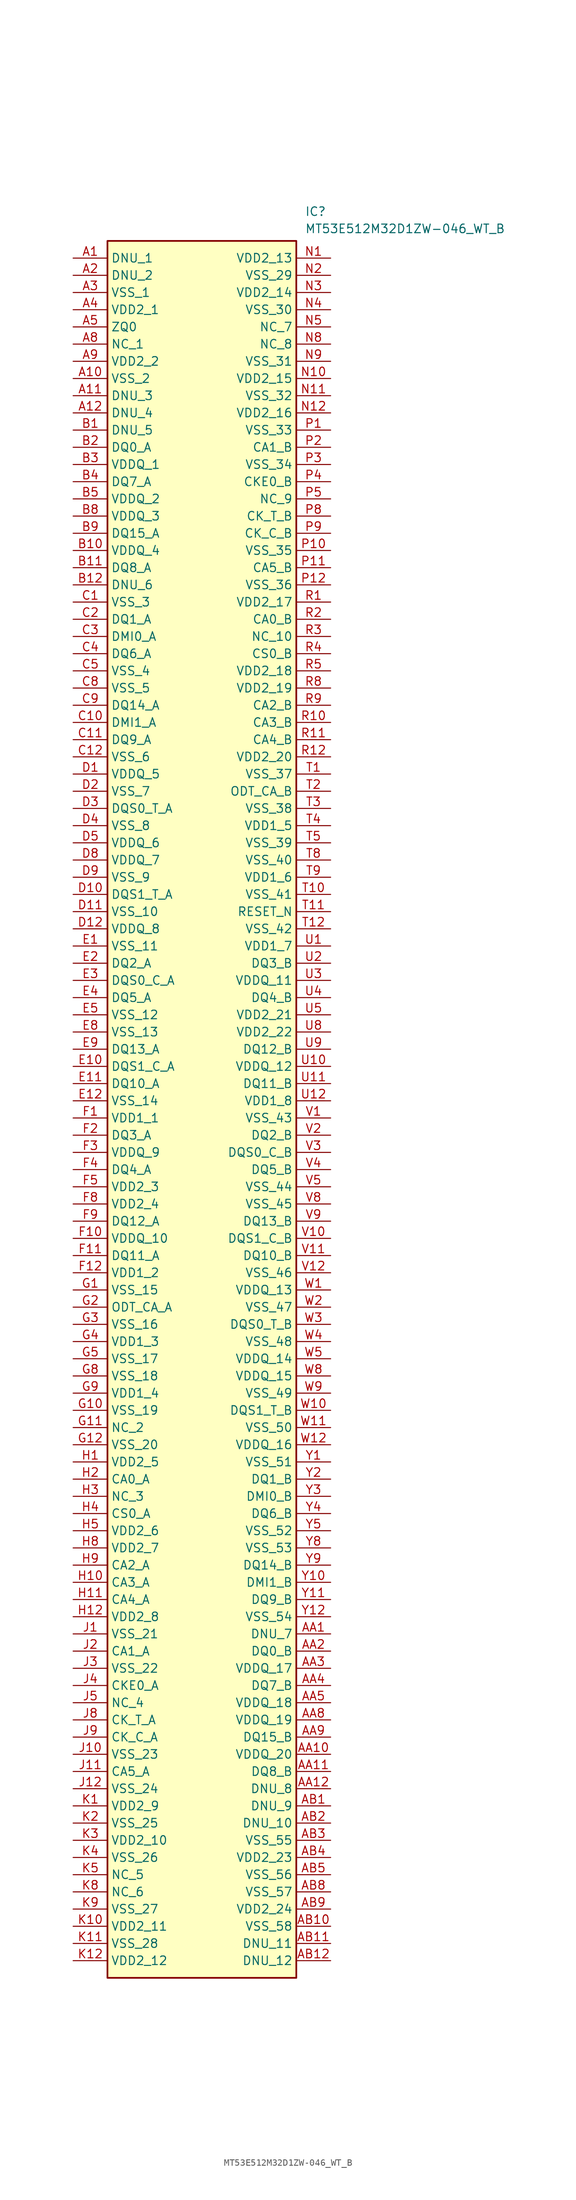
<source format=kicad_sym>
(kicad_symbol_lib
  (version 20241209)
  (generator "kicad_symbol_editor")
  (generator_version "9.0")
  (symbol "MT53E512M32D1ZW-046_WT_B"
    (property "Reference" "IC"
      (at 34.29 7.62 0)
      (effects (font (size 1.27 1.27)) (justify left top)))
    (property "Value" "MT53E512M32D1ZW-046_WT_B"
      (at 34.29 5.08 0)
      (effects (font (size 1.27 1.27)) (justify left top)))
    (symbol "MT53E512M32D1ZW-046_WT_B_1_1"
      (rectangle (start 5.08 2.54) (end 33.02 -254) (stroke (width 0.254) (type default)) (fill (type background)))
      (pin passive line (at 0 0 0) (length 5.08) (name "DNU_1" (effects (font (size 1.27 1.27)))) (number "A1" (effects (font (size 1.27 1.27)))))
      (pin passive line (at 0 -2.54 0) (length 5.08) (name "DNU_2" (effects (font (size 1.27 1.27)))) (number "A2" (effects (font (size 1.27 1.27)))))
      (pin passive line (at 0 -5.08 0) (length 5.08) (name "VSS_1" (effects (font (size 1.27 1.27)))) (number "A3" (effects (font (size 1.27 1.27)))))
      (pin passive line (at 0 -7.62 0) (length 5.08) (name "VDD2_1" (effects (font (size 1.27 1.27)))) (number "A4" (effects (font (size 1.27 1.27)))))
      (pin passive line (at 0 -10.16 0) (length 5.08) (name "ZQ0" (effects (font (size 1.27 1.27)))) (number "A5" (effects (font (size 1.27 1.27)))))
      (pin passive line (at 0 -12.7 0) (length 5.08) (name "NC_1" (effects (font (size 1.27 1.27)))) (number "A8" (effects (font (size 1.27 1.27)))))
      (pin passive line (at 0 -15.24 0) (length 5.08) (name "VDD2_2" (effects (font (size 1.27 1.27)))) (number "A9" (effects (font (size 1.27 1.27)))))
      (pin passive line (at 0 -17.78 0) (length 5.08) (name "VSS_2" (effects (font (size 1.27 1.27)))) (number "A10" (effects (font (size 1.27 1.27)))))
      (pin passive line (at 0 -20.32 0) (length 5.08) (name "DNU_3" (effects (font (size 1.27 1.27)))) (number "A11" (effects (font (size 1.27 1.27)))))
      (pin passive line (at 0 -22.86 0) (length 5.08) (name "DNU_4" (effects (font (size 1.27 1.27)))) (number "A12" (effects (font (size 1.27 1.27)))))
      (pin passive line (at 0 -25.4 0) (length 5.08) (name "DNU_5" (effects (font (size 1.27 1.27)))) (number "B1" (effects (font (size 1.27 1.27)))))
      (pin passive line (at 0 -27.94 0) (length 5.08) (name "DQ0_A" (effects (font (size 1.27 1.27)))) (number "B2" (effects (font (size 1.27 1.27)))))
      (pin passive line (at 0 -30.48 0) (length 5.08) (name "VDDQ_1" (effects (font (size 1.27 1.27)))) (number "B3" (effects (font (size 1.27 1.27)))))
      (pin passive line (at 0 -33.02 0) (length 5.08) (name "DQ7_A" (effects (font (size 1.27 1.27)))) (number "B4" (effects (font (size 1.27 1.27)))))
      (pin passive line (at 0 -35.56 0) (length 5.08) (name "VDDQ_2" (effects (font (size 1.27 1.27)))) (number "B5" (effects (font (size 1.27 1.27)))))
      (pin passive line (at 0 -38.1 0) (length 5.08) (name "VDDQ_3" (effects (font (size 1.27 1.27)))) (number "B8" (effects (font (size 1.27 1.27)))))
      (pin passive line (at 0 -40.64 0) (length 5.08) (name "DQ15_A" (effects (font (size 1.27 1.27)))) (number "B9" (effects (font (size 1.27 1.27)))))
      (pin passive line (at 0 -43.18 0) (length 5.08) (name "VDDQ_4" (effects (font (size 1.27 1.27)))) (number "B10" (effects (font (size 1.27 1.27)))))
      (pin passive line (at 0 -45.72 0) (length 5.08) (name "DQ8_A" (effects (font (size 1.27 1.27)))) (number "B11" (effects (font (size 1.27 1.27)))))
      (pin passive line (at 0 -48.26 0) (length 5.08) (name "DNU_6" (effects (font (size 1.27 1.27)))) (number "B12" (effects (font (size 1.27 1.27)))))
      (pin passive line (at 0 -50.8 0) (length 5.08) (name "VSS_3" (effects (font (size 1.27 1.27)))) (number "C1" (effects (font (size 1.27 1.27)))))
      (pin passive line (at 0 -53.34 0) (length 5.08) (name "DQ1_A" (effects (font (size 1.27 1.27)))) (number "C2" (effects (font (size 1.27 1.27)))))
      (pin passive line (at 0 -55.88 0) (length 5.08) (name "DMI0_A" (effects (font (size 1.27 1.27)))) (number "C3" (effects (font (size 1.27 1.27)))))
      (pin passive line (at 0 -58.42 0) (length 5.08) (name "DQ6_A" (effects (font (size 1.27 1.27)))) (number "C4" (effects (font (size 1.27 1.27)))))
      (pin passive line (at 0 -60.96 0) (length 5.08) (name "VSS_4" (effects (font (size 1.27 1.27)))) (number "C5" (effects (font (size 1.27 1.27)))))
      (pin passive line (at 0 -63.5 0) (length 5.08) (name "VSS_5" (effects (font (size 1.27 1.27)))) (number "C8" (effects (font (size 1.27 1.27)))))
      (pin passive line (at 0 -66.04 0) (length 5.08) (name "DQ14_A" (effects (font (size 1.27 1.27)))) (number "C9" (effects (font (size 1.27 1.27)))))
      (pin passive line (at 0 -68.58 0) (length 5.08) (name "DMI1_A" (effects (font (size 1.27 1.27)))) (number "C10" (effects (font (size 1.27 1.27)))))
      (pin passive line (at 0 -71.12 0) (length 5.08) (name "DQ9_A" (effects (font (size 1.27 1.27)))) (number "C11" (effects (font (size 1.27 1.27)))))
      (pin passive line (at 0 -73.66 0) (length 5.08) (name "VSS_6" (effects (font (size 1.27 1.27)))) (number "C12" (effects (font (size 1.27 1.27)))))
      (pin passive line (at 0 -76.2 0) (length 5.08) (name "VDDQ_5" (effects (font (size 1.27 1.27)))) (number "D1" (effects (font (size 1.27 1.27)))))
      (pin passive line (at 0 -78.74 0) (length 5.08) (name "VSS_7" (effects (font (size 1.27 1.27)))) (number "D2" (effects (font (size 1.27 1.27)))))
      (pin passive line (at 0 -81.28 0) (length 5.08) (name "DQS0_T_A" (effects (font (size 1.27 1.27)))) (number "D3" (effects (font (size 1.27 1.27)))))
      (pin passive line (at 0 -83.82 0) (length 5.08) (name "VSS_8" (effects (font (size 1.27 1.27)))) (number "D4" (effects (font (size 1.27 1.27)))))
      (pin passive line (at 0 -86.36 0) (length 5.08) (name "VDDQ_6" (effects (font (size 1.27 1.27)))) (number "D5" (effects (font (size 1.27 1.27)))))
      (pin passive line (at 0 -88.9 0) (length 5.08) (name "VDDQ_7" (effects (font (size 1.27 1.27)))) (number "D8" (effects (font (size 1.27 1.27)))))
      (pin passive line (at 0 -91.44 0) (length 5.08) (name "VSS_9" (effects (font (size 1.27 1.27)))) (number "D9" (effects (font (size 1.27 1.27)))))
      (pin passive line (at 0 -93.98 0) (length 5.08) (name "DQS1_T_A" (effects (font (size 1.27 1.27)))) (number "D10" (effects (font (size 1.27 1.27)))))
      (pin passive line (at 0 -96.52 0) (length 5.08) (name "VSS_10" (effects (font (size 1.27 1.27)))) (number "D11" (effects (font (size 1.27 1.27)))))
      (pin passive line (at 0 -99.06 0) (length 5.08) (name "VDDQ_8" (effects (font (size 1.27 1.27)))) (number "D12" (effects (font (size 1.27 1.27)))))
      (pin passive line (at 0 -101.6 0) (length 5.08) (name "VSS_11" (effects (font (size 1.27 1.27)))) (number "E1" (effects (font (size 1.27 1.27)))))
      (pin passive line (at 0 -104.14 0) (length 5.08) (name "DQ2_A" (effects (font (size 1.27 1.27)))) (number "E2" (effects (font (size 1.27 1.27)))))
      (pin passive line (at 0 -106.68 0) (length 5.08) (name "DQS0_C_A" (effects (font (size 1.27 1.27)))) (number "E3" (effects (font (size 1.27 1.27)))))
      (pin passive line (at 0 -109.22 0) (length 5.08) (name "DQ5_A" (effects (font (size 1.27 1.27)))) (number "E4" (effects (font (size 1.27 1.27)))))
      (pin passive line (at 0 -111.76 0) (length 5.08) (name "VSS_12" (effects (font (size 1.27 1.27)))) (number "E5" (effects (font (size 1.27 1.27)))))
      (pin passive line (at 0 -114.3 0) (length 5.08) (name "VSS_13" (effects (font (size 1.27 1.27)))) (number "E8" (effects (font (size 1.27 1.27)))))
      (pin passive line (at 0 -116.84 0) (length 5.08) (name "DQ13_A" (effects (font (size 1.27 1.27)))) (number "E9" (effects (font (size 1.27 1.27)))))
      (pin passive line (at 0 -119.38 0) (length 5.08) (name "DQS1_C_A" (effects (font (size 1.27 1.27)))) (number "E10" (effects (font (size 1.27 1.27)))))
      (pin passive line (at 0 -121.92 0) (length 5.08) (name "DQ10_A" (effects (font (size 1.27 1.27)))) (number "E11" (effects (font (size 1.27 1.27)))))
      (pin passive line (at 0 -124.46 0) (length 5.08) (name "VSS_14" (effects (font (size 1.27 1.27)))) (number "E12" (effects (font (size 1.27 1.27)))))
      (pin passive line (at 0 -127 0) (length 5.08) (name "VDD1_1" (effects (font (size 1.27 1.27)))) (number "F1" (effects (font (size 1.27 1.27)))))
      (pin passive line (at 0 -129.54 0) (length 5.08) (name "DQ3_A" (effects (font (size 1.27 1.27)))) (number "F2" (effects (font (size 1.27 1.27)))))
      (pin passive line (at 0 -132.08 0) (length 5.08) (name "VDDQ_9" (effects (font (size 1.27 1.27)))) (number "F3" (effects (font (size 1.27 1.27)))))
      (pin passive line (at 0 -134.62 0) (length 5.08) (name "DQ4_A" (effects (font (size 1.27 1.27)))) (number "F4" (effects (font (size 1.27 1.27)))))
      (pin passive line (at 0 -137.16 0) (length 5.08) (name "VDD2_3" (effects (font (size 1.27 1.27)))) (number "F5" (effects (font (size 1.27 1.27)))))
      (pin passive line (at 0 -139.7 0) (length 5.08) (name "VDD2_4" (effects (font (size 1.27 1.27)))) (number "F8" (effects (font (size 1.27 1.27)))))
      (pin passive line (at 0 -142.24 0) (length 5.08) (name "DQ12_A" (effects (font (size 1.27 1.27)))) (number "F9" (effects (font (size 1.27 1.27)))))
      (pin passive line (at 0 -144.78 0) (length 5.08) (name "VDDQ_10" (effects (font (size 1.27 1.27)))) (number "F10" (effects (font (size 1.27 1.27)))))
      (pin passive line (at 0 -147.32 0) (length 5.08) (name "DQ11_A" (effects (font (size 1.27 1.27)))) (number "F11" (effects (font (size 1.27 1.27)))))
      (pin passive line (at 0 -149.86 0) (length 5.08) (name "VDD1_2" (effects (font (size 1.27 1.27)))) (number "F12" (effects (font (size 1.27 1.27)))))
      (pin passive line (at 0 -152.4 0) (length 5.08) (name "VSS_15" (effects (font (size 1.27 1.27)))) (number "G1" (effects (font (size 1.27 1.27)))))
      (pin passive line (at 0 -154.94 0) (length 5.08) (name "ODT_CA_A" (effects (font (size 1.27 1.27)))) (number "G2" (effects (font (size 1.27 1.27)))))
      (pin passive line (at 0 -157.48 0) (length 5.08) (name "VSS_16" (effects (font (size 1.27 1.27)))) (number "G3" (effects (font (size 1.27 1.27)))))
      (pin passive line (at 0 -160.02 0) (length 5.08) (name "VDD1_3" (effects (font (size 1.27 1.27)))) (number "G4" (effects (font (size 1.27 1.27)))))
      (pin passive line (at 0 -162.56 0) (length 5.08) (name "VSS_17" (effects (font (size 1.27 1.27)))) (number "G5" (effects (font (size 1.27 1.27)))))
      (pin passive line (at 0 -165.1 0) (length 5.08) (name "VSS_18" (effects (font (size 1.27 1.27)))) (number "G8" (effects (font (size 1.27 1.27)))))
      (pin passive line (at 0 -167.64 0) (length 5.08) (name "VDD1_4" (effects (font (size 1.27 1.27)))) (number "G9" (effects (font (size 1.27 1.27)))))
      (pin passive line (at 0 -170.18 0) (length 5.08) (name "VSS_19" (effects (font (size 1.27 1.27)))) (number "G10" (effects (font (size 1.27 1.27)))))
      (pin passive line (at 0 -172.72 0) (length 5.08) (name "NC_2" (effects (font (size 1.27 1.27)))) (number "G11" (effects (font (size 1.27 1.27)))))
      (pin passive line (at 0 -175.26 0) (length 5.08) (name "VSS_20" (effects (font (size 1.27 1.27)))) (number "G12" (effects (font (size 1.27 1.27)))))
      (pin passive line (at 0 -177.8 0) (length 5.08) (name "VDD2_5" (effects (font (size 1.27 1.27)))) (number "H1" (effects (font (size 1.27 1.27)))))
      (pin passive line (at 0 -180.34 0) (length 5.08) (name "CA0_A" (effects (font (size 1.27 1.27)))) (number "H2" (effects (font (size 1.27 1.27)))))
      (pin passive line (at 0 -182.88 0) (length 5.08) (name "NC_3" (effects (font (size 1.27 1.27)))) (number "H3" (effects (font (size 1.27 1.27)))))
      (pin passive line (at 0 -185.42 0) (length 5.08) (name "CS0_A" (effects (font (size 1.27 1.27)))) (number "H4" (effects (font (size 1.27 1.27)))))
      (pin passive line (at 0 -187.96 0) (length 5.08) (name "VDD2_6" (effects (font (size 1.27 1.27)))) (number "H5" (effects (font (size 1.27 1.27)))))
      (pin passive line (at 0 -190.5 0) (length 5.08) (name "VDD2_7" (effects (font (size 1.27 1.27)))) (number "H8" (effects (font (size 1.27 1.27)))))
      (pin passive line (at 0 -193.04 0) (length 5.08) (name "CA2_A" (effects (font (size 1.27 1.27)))) (number "H9" (effects (font (size 1.27 1.27)))))
      (pin passive line (at 0 -195.58 0) (length 5.08) (name "CA3_A" (effects (font (size 1.27 1.27)))) (number "H10" (effects (font (size 1.27 1.27)))))
      (pin passive line (at 0 -198.12 0) (length 5.08) (name "CA4_A" (effects (font (size 1.27 1.27)))) (number "H11" (effects (font (size 1.27 1.27)))))
      (pin passive line (at 0 -200.66 0) (length 5.08) (name "VDD2_8" (effects (font (size 1.27 1.27)))) (number "H12" (effects (font (size 1.27 1.27)))))
      (pin passive line (at 0 -203.2 0) (length 5.08) (name "VSS_21" (effects (font (size 1.27 1.27)))) (number "J1" (effects (font (size 1.27 1.27)))))
      (pin passive line (at 0 -205.74 0) (length 5.08) (name "CA1_A" (effects (font (size 1.27 1.27)))) (number "J2" (effects (font (size 1.27 1.27)))))
      (pin passive line (at 0 -208.28 0) (length 5.08) (name "VSS_22" (effects (font (size 1.27 1.27)))) (number "J3" (effects (font (size 1.27 1.27)))))
      (pin passive line (at 0 -210.82 0) (length 5.08) (name "CKE0_A" (effects (font (size 1.27 1.27)))) (number "J4" (effects (font (size 1.27 1.27)))))
      (pin passive line (at 0 -213.36 0) (length 5.08) (name "NC_4" (effects (font (size 1.27 1.27)))) (number "J5" (effects (font (size 1.27 1.27)))))
      (pin passive line (at 0 -215.9 0) (length 5.08) (name "CK_T_A" (effects (font (size 1.27 1.27)))) (number "J8" (effects (font (size 1.27 1.27)))))
      (pin passive line (at 0 -218.44 0) (length 5.08) (name "CK_C_A" (effects (font (size 1.27 1.27)))) (number "J9" (effects (font (size 1.27 1.27)))))
      (pin passive line (at 0 -220.98 0) (length 5.08) (name "VSS_23" (effects (font (size 1.27 1.27)))) (number "J10" (effects (font (size 1.27 1.27)))))
      (pin passive line (at 0 -223.52 0) (length 5.08) (name "CA5_A" (effects (font (size 1.27 1.27)))) (number "J11" (effects (font (size 1.27 1.27)))))
      (pin passive line (at 0 -226.06 0) (length 5.08) (name "VSS_24" (effects (font (size 1.27 1.27)))) (number "J12" (effects (font (size 1.27 1.27)))))
      (pin passive line (at 0 -228.6 0) (length 5.08) (name "VDD2_9" (effects (font (size 1.27 1.27)))) (number "K1" (effects (font (size 1.27 1.27)))))
      (pin passive line (at 0 -231.14 0) (length 5.08) (name "VSS_25" (effects (font (size 1.27 1.27)))) (number "K2" (effects (font (size 1.27 1.27)))))
      (pin passive line (at 0 -233.68 0) (length 5.08) (name "VDD2_10" (effects (font (size 1.27 1.27)))) (number "K3" (effects (font (size 1.27 1.27)))))
      (pin passive line (at 0 -236.22 0) (length 5.08) (name "VSS_26" (effects (font (size 1.27 1.27)))) (number "K4" (effects (font (size 1.27 1.27)))))
      (pin passive line (at 0 -238.76 0) (length 5.08) (name "NC_5" (effects (font (size 1.27 1.27)))) (number "K5" (effects (font (size 1.27 1.27)))))
      (pin passive line (at 0 -241.3 0) (length 5.08) (name "NC_6" (effects (font (size 1.27 1.27)))) (number "K8" (effects (font (size 1.27 1.27)))))
      (pin passive line (at 0 -243.84 0) (length 5.08) (name "VSS_27" (effects (font (size 1.27 1.27)))) (number "K9" (effects (font (size 1.27 1.27)))))
      (pin passive line (at 0 -246.38 0) (length 5.08) (name "VDD2_11" (effects (font (size 1.27 1.27)))) (number "K10" (effects (font (size 1.27 1.27)))))
      (pin passive line (at 0 -248.92 0) (length 5.08) (name "VSS_28" (effects (font (size 1.27 1.27)))) (number "K11" (effects (font (size 1.27 1.27)))))
      (pin passive line (at 0 -251.46 0) (length 5.08) (name "VDD2_12" (effects (font (size 1.27 1.27)))) (number "K12" (effects (font (size 1.27 1.27)))))
      (pin passive line (at 38.1 0 180) (length 5.08) (name "VDD2_13" (effects (font (size 1.27 1.27)))) (number "N1" (effects (font (size 1.27 1.27)))))
      (pin passive line (at 38.1 -2.54 180) (length 5.08) (name "VSS_29" (effects (font (size 1.27 1.27)))) (number "N2" (effects (font (size 1.27 1.27)))))
      (pin passive line (at 38.1 -5.08 180) (length 5.08) (name "VDD2_14" (effects (font (size 1.27 1.27)))) (number "N3" (effects (font (size 1.27 1.27)))))
      (pin passive line (at 38.1 -7.62 180) (length 5.08) (name "VSS_30" (effects (font (size 1.27 1.27)))) (number "N4" (effects (font (size 1.27 1.27)))))
      (pin passive line (at 38.1 -10.16 180) (length 5.08) (name "NC_7" (effects (font (size 1.27 1.27)))) (number "N5" (effects (font (size 1.27 1.27)))))
      (pin passive line (at 38.1 -12.7 180) (length 5.08) (name "NC_8" (effects (font (size 1.27 1.27)))) (number "N8" (effects (font (size 1.27 1.27)))))
      (pin passive line (at 38.1 -15.24 180) (length 5.08) (name "VSS_31" (effects (font (size 1.27 1.27)))) (number "N9" (effects (font (size 1.27 1.27)))))
      (pin passive line (at 38.1 -17.78 180) (length 5.08) (name "VDD2_15" (effects (font (size 1.27 1.27)))) (number "N10" (effects (font (size 1.27 1.27)))))
      (pin passive line (at 38.1 -20.32 180) (length 5.08) (name "VSS_32" (effects (font (size 1.27 1.27)))) (number "N11" (effects (font (size 1.27 1.27)))))
      (pin passive line (at 38.1 -22.86 180) (length 5.08) (name "VDD2_16" (effects (font (size 1.27 1.27)))) (number "N12" (effects (font (size 1.27 1.27)))))
      (pin passive line (at 38.1 -25.4 180) (length 5.08) (name "VSS_33" (effects (font (size 1.27 1.27)))) (number "P1" (effects (font (size 1.27 1.27)))))
      (pin passive line (at 38.1 -27.94 180) (length 5.08) (name "CA1_B" (effects (font (size 1.27 1.27)))) (number "P2" (effects (font (size 1.27 1.27)))))
      (pin passive line (at 38.1 -30.48 180) (length 5.08) (name "VSS_34" (effects (font (size 1.27 1.27)))) (number "P3" (effects (font (size 1.27 1.27)))))
      (pin passive line (at 38.1 -33.02 180) (length 5.08) (name "CKE0_B" (effects (font (size 1.27 1.27)))) (number "P4" (effects (font (size 1.27 1.27)))))
      (pin passive line (at 38.1 -35.56 180) (length 5.08) (name "NC_9" (effects (font (size 1.27 1.27)))) (number "P5" (effects (font (size 1.27 1.27)))))
      (pin passive line (at 38.1 -38.1 180) (length 5.08) (name "CK_T_B" (effects (font (size 1.27 1.27)))) (number "P8" (effects (font (size 1.27 1.27)))))
      (pin passive line (at 38.1 -40.64 180) (length 5.08) (name "CK_C_B" (effects (font (size 1.27 1.27)))) (number "P9" (effects (font (size 1.27 1.27)))))
      (pin passive line (at 38.1 -43.18 180) (length 5.08) (name "VSS_35" (effects (font (size 1.27 1.27)))) (number "P10" (effects (font (size 1.27 1.27)))))
      (pin passive line (at 38.1 -45.72 180) (length 5.08) (name "CA5_B" (effects (font (size 1.27 1.27)))) (number "P11" (effects (font (size 1.27 1.27)))))
      (pin passive line (at 38.1 -48.26 180) (length 5.08) (name "VSS_36" (effects (font (size 1.27 1.27)))) (number "P12" (effects (font (size 1.27 1.27)))))
      (pin passive line (at 38.1 -50.8 180) (length 5.08) (name "VDD2_17" (effects (font (size 1.27 1.27)))) (number "R1" (effects (font (size 1.27 1.27)))))
      (pin passive line (at 38.1 -53.34 180) (length 5.08) (name "CA0_B" (effects (font (size 1.27 1.27)))) (number "R2" (effects (font (size 1.27 1.27)))))
      (pin passive line (at 38.1 -55.88 180) (length 5.08) (name "NC_10" (effects (font (size 1.27 1.27)))) (number "R3" (effects (font (size 1.27 1.27)))))
      (pin passive line (at 38.1 -58.42 180) (length 5.08) (name "CS0_B" (effects (font (size 1.27 1.27)))) (number "R4" (effects (font (size 1.27 1.27)))))
      (pin passive line (at 38.1 -60.96 180) (length 5.08) (name "VDD2_18" (effects (font (size 1.27 1.27)))) (number "R5" (effects (font (size 1.27 1.27)))))
      (pin passive line (at 38.1 -63.5 180) (length 5.08) (name "VDD2_19" (effects (font (size 1.27 1.27)))) (number "R8" (effects (font (size 1.27 1.27)))))
      (pin passive line (at 38.1 -66.04 180) (length 5.08) (name "CA2_B" (effects (font (size 1.27 1.27)))) (number "R9" (effects (font (size 1.27 1.27)))))
      (pin passive line (at 38.1 -68.58 180) (length 5.08) (name "CA3_B" (effects (font (size 1.27 1.27)))) (number "R10" (effects (font (size 1.27 1.27)))))
      (pin passive line (at 38.1 -71.12 180) (length 5.08) (name "CA4_B" (effects (font (size 1.27 1.27)))) (number "R11" (effects (font (size 1.27 1.27)))))
      (pin passive line (at 38.1 -73.66 180) (length 5.08) (name "VDD2_20" (effects (font (size 1.27 1.27)))) (number "R12" (effects (font (size 1.27 1.27)))))
      (pin passive line (at 38.1 -76.2 180) (length 5.08) (name "VSS_37" (effects (font (size 1.27 1.27)))) (number "T1" (effects (font (size 1.27 1.27)))))
      (pin passive line (at 38.1 -78.74 180) (length 5.08) (name "ODT_CA_B" (effects (font (size 1.27 1.27)))) (number "T2" (effects (font (size 1.27 1.27)))))
      (pin passive line (at 38.1 -81.28 180) (length 5.08) (name "VSS_38" (effects (font (size 1.27 1.27)))) (number "T3" (effects (font (size 1.27 1.27)))))
      (pin passive line (at 38.1 -83.82 180) (length 5.08) (name "VDD1_5" (effects (font (size 1.27 1.27)))) (number "T4" (effects (font (size 1.27 1.27)))))
      (pin passive line (at 38.1 -86.36 180) (length 5.08) (name "VSS_39" (effects (font (size 1.27 1.27)))) (number "T5" (effects (font (size 1.27 1.27)))))
      (pin passive line (at 38.1 -88.9 180) (length 5.08) (name "VSS_40" (effects (font (size 1.27 1.27)))) (number "T8" (effects (font (size 1.27 1.27)))))
      (pin passive line (at 38.1 -91.44 180) (length 5.08) (name "VDD1_6" (effects (font (size 1.27 1.27)))) (number "T9" (effects (font (size 1.27 1.27)))))
      (pin passive line (at 38.1 -93.98 180) (length 5.08) (name "VSS_41" (effects (font (size 1.27 1.27)))) (number "T10" (effects (font (size 1.27 1.27)))))
      (pin passive line (at 38.1 -96.52 180) (length 5.08) (name "RESET_N" (effects (font (size 1.27 1.27)))) (number "T11" (effects (font (size 1.27 1.27)))))
      (pin passive line (at 38.1 -99.06 180) (length 5.08) (name "VSS_42" (effects (font (size 1.27 1.27)))) (number "T12" (effects (font (size 1.27 1.27)))))
      (pin passive line (at 38.1 -101.6 180) (length 5.08) (name "VDD1_7" (effects (font (size 1.27 1.27)))) (number "U1" (effects (font (size 1.27 1.27)))))
      (pin passive line (at 38.1 -104.14 180) (length 5.08) (name "DQ3_B" (effects (font (size 1.27 1.27)))) (number "U2" (effects (font (size 1.27 1.27)))))
      (pin passive line (at 38.1 -106.68 180) (length 5.08) (name "VDDQ_11" (effects (font (size 1.27 1.27)))) (number "U3" (effects (font (size 1.27 1.27)))))
      (pin passive line (at 38.1 -109.22 180) (length 5.08) (name "DQ4_B" (effects (font (size 1.27 1.27)))) (number "U4" (effects (font (size 1.27 1.27)))))
      (pin passive line (at 38.1 -111.76 180) (length 5.08) (name "VDD2_21" (effects (font (size 1.27 1.27)))) (number "U5" (effects (font (size 1.27 1.27)))))
      (pin passive line (at 38.1 -114.3 180) (length 5.08) (name "VDD2_22" (effects (font (size 1.27 1.27)))) (number "U8" (effects (font (size 1.27 1.27)))))
      (pin passive line (at 38.1 -116.84 180) (length 5.08) (name "DQ12_B" (effects (font (size 1.27 1.27)))) (number "U9" (effects (font (size 1.27 1.27)))))
      (pin passive line (at 38.1 -119.38 180) (length 5.08) (name "VDDQ_12" (effects (font (size 1.27 1.27)))) (number "U10" (effects (font (size 1.27 1.27)))))
      (pin passive line (at 38.1 -121.92 180) (length 5.08) (name "DQ11_B" (effects (font (size 1.27 1.27)))) (number "U11" (effects (font (size 1.27 1.27)))))
      (pin passive line (at 38.1 -124.46 180) (length 5.08) (name "VDD1_8" (effects (font (size 1.27 1.27)))) (number "U12" (effects (font (size 1.27 1.27)))))
      (pin passive line (at 38.1 -127 180) (length 5.08) (name "VSS_43" (effects (font (size 1.27 1.27)))) (number "V1" (effects (font (size 1.27 1.27)))))
      (pin passive line (at 38.1 -129.54 180) (length 5.08) (name "DQ2_B" (effects (font (size 1.27 1.27)))) (number "V2" (effects (font (size 1.27 1.27)))))
      (pin passive line (at 38.1 -132.08 180) (length 5.08) (name "DQS0_C_B" (effects (font (size 1.27 1.27)))) (number "V3" (effects (font (size 1.27 1.27)))))
      (pin passive line (at 38.1 -134.62 180) (length 5.08) (name "DQ5_B" (effects (font (size 1.27 1.27)))) (number "V4" (effects (font (size 1.27 1.27)))))
      (pin passive line (at 38.1 -137.16 180) (length 5.08) (name "VSS_44" (effects (font (size 1.27 1.27)))) (number "V5" (effects (font (size 1.27 1.27)))))
      (pin passive line (at 38.1 -139.7 180) (length 5.08) (name "VSS_45" (effects (font (size 1.27 1.27)))) (number "V8" (effects (font (size 1.27 1.27)))))
      (pin passive line (at 38.1 -142.24 180) (length 5.08) (name "DQ13_B" (effects (font (size 1.27 1.27)))) (number "V9" (effects (font (size 1.27 1.27)))))
      (pin passive line (at 38.1 -144.78 180) (length 5.08) (name "DQS1_C_B" (effects (font (size 1.27 1.27)))) (number "V10" (effects (font (size 1.27 1.27)))))
      (pin passive line (at 38.1 -147.32 180) (length 5.08) (name "DQ10_B" (effects (font (size 1.27 1.27)))) (number "V11" (effects (font (size 1.27 1.27)))))
      (pin passive line (at 38.1 -149.86 180) (length 5.08) (name "VSS_46" (effects (font (size 1.27 1.27)))) (number "V12" (effects (font (size 1.27 1.27)))))
      (pin passive line (at 38.1 -152.4 180) (length 5.08) (name "VDDQ_13" (effects (font (size 1.27 1.27)))) (number "W1" (effects (font (size 1.27 1.27)))))
      (pin passive line (at 38.1 -154.94 180) (length 5.08) (name "VSS_47" (effects (font (size 1.27 1.27)))) (number "W2" (effects (font (size 1.27 1.27)))))
      (pin passive line (at 38.1 -157.48 180) (length 5.08) (name "DQS0_T_B" (effects (font (size 1.27 1.27)))) (number "W3" (effects (font (size 1.27 1.27)))))
      (pin passive line (at 38.1 -160.02 180) (length 5.08) (name "VSS_48" (effects (font (size 1.27 1.27)))) (number "W4" (effects (font (size 1.27 1.27)))))
      (pin passive line (at 38.1 -162.56 180) (length 5.08) (name "VDDQ_14" (effects (font (size 1.27 1.27)))) (number "W5" (effects (font (size 1.27 1.27)))))
      (pin passive line (at 38.1 -165.1 180) (length 5.08) (name "VDDQ_15" (effects (font (size 1.27 1.27)))) (number "W8" (effects (font (size 1.27 1.27)))))
      (pin passive line (at 38.1 -167.64 180) (length 5.08) (name "VSS_49" (effects (font (size 1.27 1.27)))) (number "W9" (effects (font (size 1.27 1.27)))))
      (pin passive line (at 38.1 -170.18 180) (length 5.08) (name "DQS1_T_B" (effects (font (size 1.27 1.27)))) (number "W10" (effects (font (size 1.27 1.27)))))
      (pin passive line (at 38.1 -172.72 180) (length 5.08) (name "VSS_50" (effects (font (size 1.27 1.27)))) (number "W11" (effects (font (size 1.27 1.27)))))
      (pin passive line (at 38.1 -175.26 180) (length 5.08) (name "VDDQ_16" (effects (font (size 1.27 1.27)))) (number "W12" (effects (font (size 1.27 1.27)))))
      (pin passive line (at 38.1 -177.8 180) (length 5.08) (name "VSS_51" (effects (font (size 1.27 1.27)))) (number "Y1" (effects (font (size 1.27 1.27)))))
      (pin passive line (at 38.1 -180.34 180) (length 5.08) (name "DQ1_B" (effects (font (size 1.27 1.27)))) (number "Y2" (effects (font (size 1.27 1.27)))))
      (pin passive line (at 38.1 -182.88 180) (length 5.08) (name "DMI0_B" (effects (font (size 1.27 1.27)))) (number "Y3" (effects (font (size 1.27 1.27)))))
      (pin passive line (at 38.1 -185.42 180) (length 5.08) (name "DQ6_B" (effects (font (size 1.27 1.27)))) (number "Y4" (effects (font (size 1.27 1.27)))))
      (pin passive line (at 38.1 -187.96 180) (length 5.08) (name "VSS_52" (effects (font (size 1.27 1.27)))) (number "Y5" (effects (font (size 1.27 1.27)))))
      (pin passive line (at 38.1 -190.5 180) (length 5.08) (name "VSS_53" (effects (font (size 1.27 1.27)))) (number "Y8" (effects (font (size 1.27 1.27)))))
      (pin passive line (at 38.1 -193.04 180) (length 5.08) (name "DQ14_B" (effects (font (size 1.27 1.27)))) (number "Y9" (effects (font (size 1.27 1.27)))))
      (pin passive line (at 38.1 -195.58 180) (length 5.08) (name "DMI1_B" (effects (font (size 1.27 1.27)))) (number "Y10" (effects (font (size 1.27 1.27)))))
      (pin passive line (at 38.1 -198.12 180) (length 5.08) (name "DQ9_B" (effects (font (size 1.27 1.27)))) (number "Y11" (effects (font (size 1.27 1.27)))))
      (pin passive line (at 38.1 -200.66 180) (length 5.08) (name "VSS_54" (effects (font (size 1.27 1.27)))) (number "Y12" (effects (font (size 1.27 1.27)))))
      (pin passive line (at 38.1 -203.2 180) (length 5.08) (name "DNU_7" (effects (font (size 1.27 1.27)))) (number "AA1" (effects (font (size 1.27 1.27)))))
      (pin passive line (at 38.1 -205.74 180) (length 5.08) (name "DQ0_B" (effects (font (size 1.27 1.27)))) (number "AA2" (effects (font (size 1.27 1.27)))))
      (pin passive line (at 38.1 -208.28 180) (length 5.08) (name "VDDQ_17" (effects (font (size 1.27 1.27)))) (number "AA3" (effects (font (size 1.27 1.27)))))
      (pin passive line (at 38.1 -210.82 180) (length 5.08) (name "DQ7_B" (effects (font (size 1.27 1.27)))) (number "AA4" (effects (font (size 1.27 1.27)))))
      (pin passive line (at 38.1 -213.36 180) (length 5.08) (name "VDDQ_18" (effects (font (size 1.27 1.27)))) (number "AA5" (effects (font (size 1.27 1.27)))))
      (pin passive line (at 38.1 -215.9 180) (length 5.08) (name "VDDQ_19" (effects (font (size 1.27 1.27)))) (number "AA8" (effects (font (size 1.27 1.27)))))
      (pin passive line (at 38.1 -218.44 180) (length 5.08) (name "DQ15_B" (effects (font (size 1.27 1.27)))) (number "AA9" (effects (font (size 1.27 1.27)))))
      (pin passive line (at 38.1 -220.98 180) (length 5.08) (name "VDDQ_20" (effects (font (size 1.27 1.27)))) (number "AA10" (effects (font (size 1.27 1.27)))))
      (pin passive line (at 38.1 -223.52 180) (length 5.08) (name "DQ8_B" (effects (font (size 1.27 1.27)))) (number "AA11" (effects (font (size 1.27 1.27)))))
      (pin passive line (at 38.1 -226.06 180) (length 5.08) (name "DNU_8" (effects (font (size 1.27 1.27)))) (number "AA12" (effects (font (size 1.27 1.27)))))
      (pin passive line (at 38.1 -228.6 180) (length 5.08) (name "DNU_9" (effects (font (size 1.27 1.27)))) (number "AB1" (effects (font (size 1.27 1.27)))))
      (pin passive line (at 38.1 -231.14 180) (length 5.08) (name "DNU_10" (effects (font (size 1.27 1.27)))) (number "AB2" (effects (font (size 1.27 1.27)))))
      (pin passive line (at 38.1 -233.68 180) (length 5.08) (name "VSS_55" (effects (font (size 1.27 1.27)))) (number "AB3" (effects (font (size 1.27 1.27)))))
      (pin passive line (at 38.1 -236.22 180) (length 5.08) (name "VDD2_23" (effects (font (size 1.27 1.27)))) (number "AB4" (effects (font (size 1.27 1.27)))))
      (pin passive line (at 38.1 -238.76 180) (length 5.08) (name "VSS_56" (effects (font (size 1.27 1.27)))) (number "AB5" (effects (font (size 1.27 1.27)))))
      (pin passive line (at 38.1 -241.3 180) (length 5.08) (name "VSS_57" (effects (font (size 1.27 1.27)))) (number "AB8" (effects (font (size 1.27 1.27)))))
      (pin passive line (at 38.1 -243.84 180) (length 5.08) (name "VDD2_24" (effects (font (size 1.27 1.27)))) (number "AB9" (effects (font (size 1.27 1.27)))))
      (pin passive line (at 38.1 -246.38 180) (length 5.08) (name "VSS_58" (effects (font (size 1.27 1.27)))) (number "AB10" (effects (font (size 1.27 1.27)))))
      (pin passive line (at 38.1 -248.92 180) (length 5.08) (name "DNU_11" (effects (font (size 1.27 1.27)))) (number "AB11" (effects (font (size 1.27 1.27)))))
      (pin passive line (at 38.1 -251.46 180) (length 5.08) (name "DNU_12" (effects (font (size 1.27 1.27)))) (number "AB12" (effects (font (size 1.27 1.27))))))))
</source>
